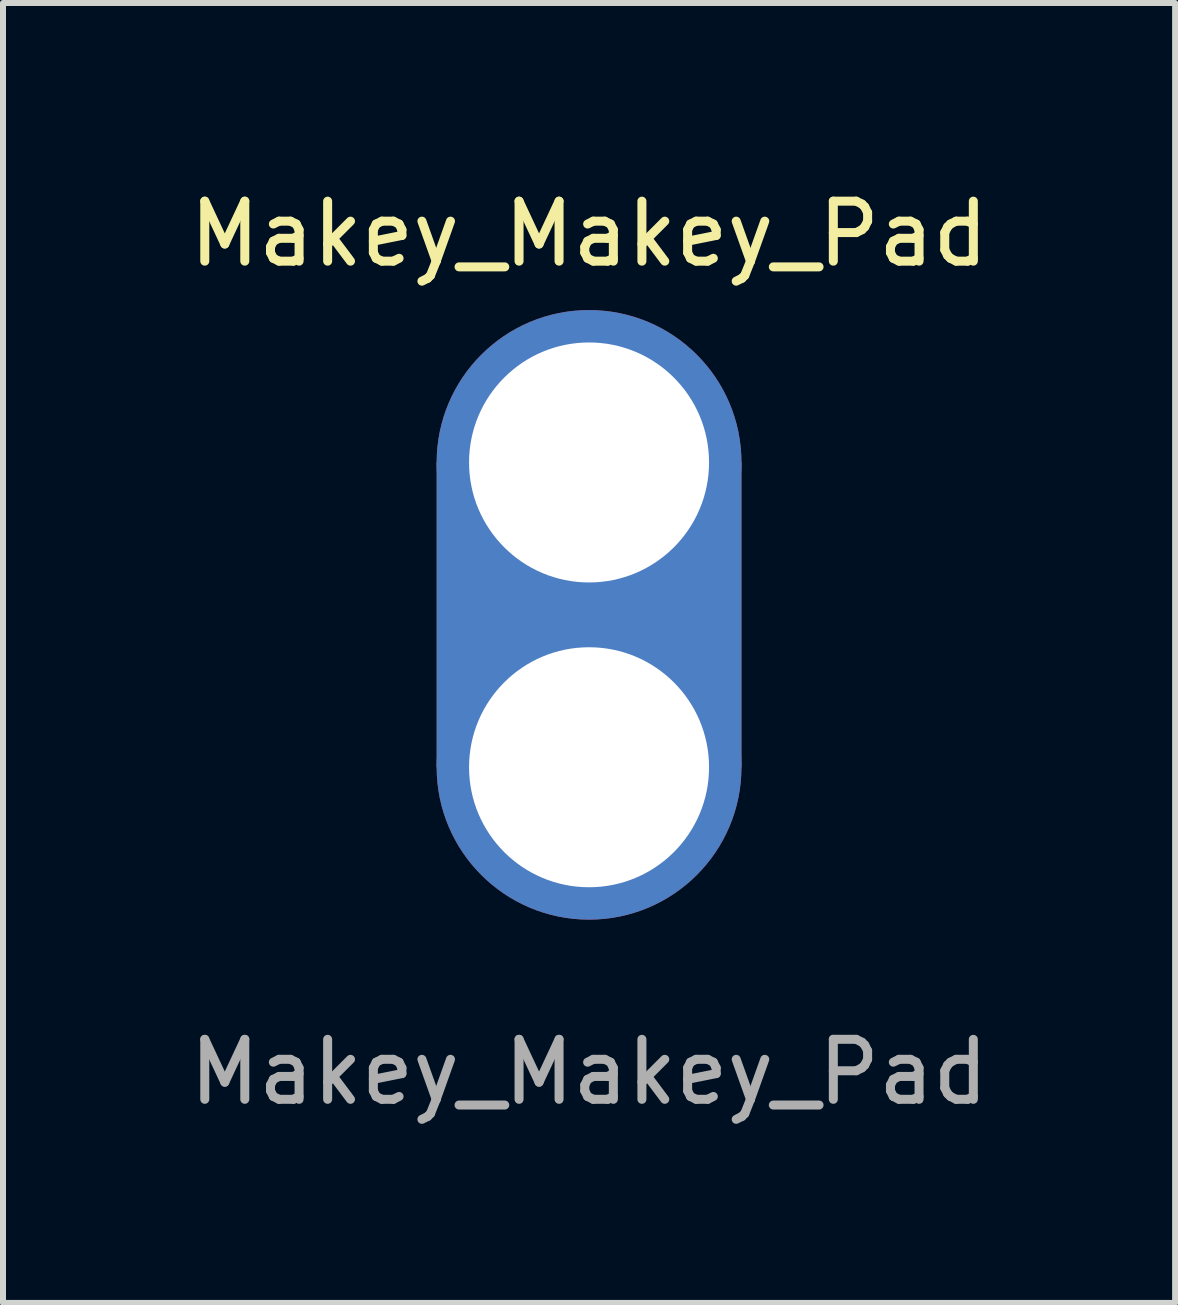
<source format=kicad_pcb>
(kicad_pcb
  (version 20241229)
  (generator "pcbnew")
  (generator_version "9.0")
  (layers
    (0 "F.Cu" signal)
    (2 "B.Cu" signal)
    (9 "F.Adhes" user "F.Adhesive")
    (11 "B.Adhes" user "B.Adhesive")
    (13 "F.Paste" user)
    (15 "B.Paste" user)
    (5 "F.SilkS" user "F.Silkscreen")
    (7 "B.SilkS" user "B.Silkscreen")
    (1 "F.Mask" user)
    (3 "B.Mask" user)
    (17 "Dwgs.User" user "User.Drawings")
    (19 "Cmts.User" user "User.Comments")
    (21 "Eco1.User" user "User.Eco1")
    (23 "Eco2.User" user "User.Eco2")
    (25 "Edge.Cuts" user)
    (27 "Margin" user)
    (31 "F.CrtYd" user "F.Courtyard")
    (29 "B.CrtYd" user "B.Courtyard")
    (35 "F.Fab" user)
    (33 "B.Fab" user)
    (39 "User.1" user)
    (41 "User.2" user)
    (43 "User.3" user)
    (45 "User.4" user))
  (footprint "Makey_Makey_Pad"
    (layer "F.Cu")
    (at 6.768 7.198)
    (property "Reference" "Makey_Makey_Pad" (at 0 -6.35 0) (unlocked yes) (layer "F.SilkS") (effects (font (size 1 1) (thickness 0.15))))
    (attr through_hole)
    (fp_text user "${REFERENCE}" (at 0 7.62 0) (unlocked yes) (layer "F.Fab") (effects (font (size 1 1) (thickness 0.15))))
    (pad "1" thru_hole circle (at 0 -2.54) (size 5.08 5.08) (drill 4) (layers "*.Cu" "*.Mask"))
    (pad "1" connect rect (at 0 0) (size 5.08 5.08) (layers "F.Cu" "F.Mask"))
    (pad "1" connect rect (at 0 0) (size 5.08 5.08) (layers "*.Mask" "B.Cu"))
    (pad "1" thru_hole circle (at 0 2.54) (size 5.08 5.08) (drill 4) (layers "*.Cu" "*.Mask")))
  (gr_rect
    (start -3 -3)
    (end 16.536 18.666)
    (stroke (width 0.1) (type default))
    (fill no)
    (layer "Edge.Cuts")))
</source>
